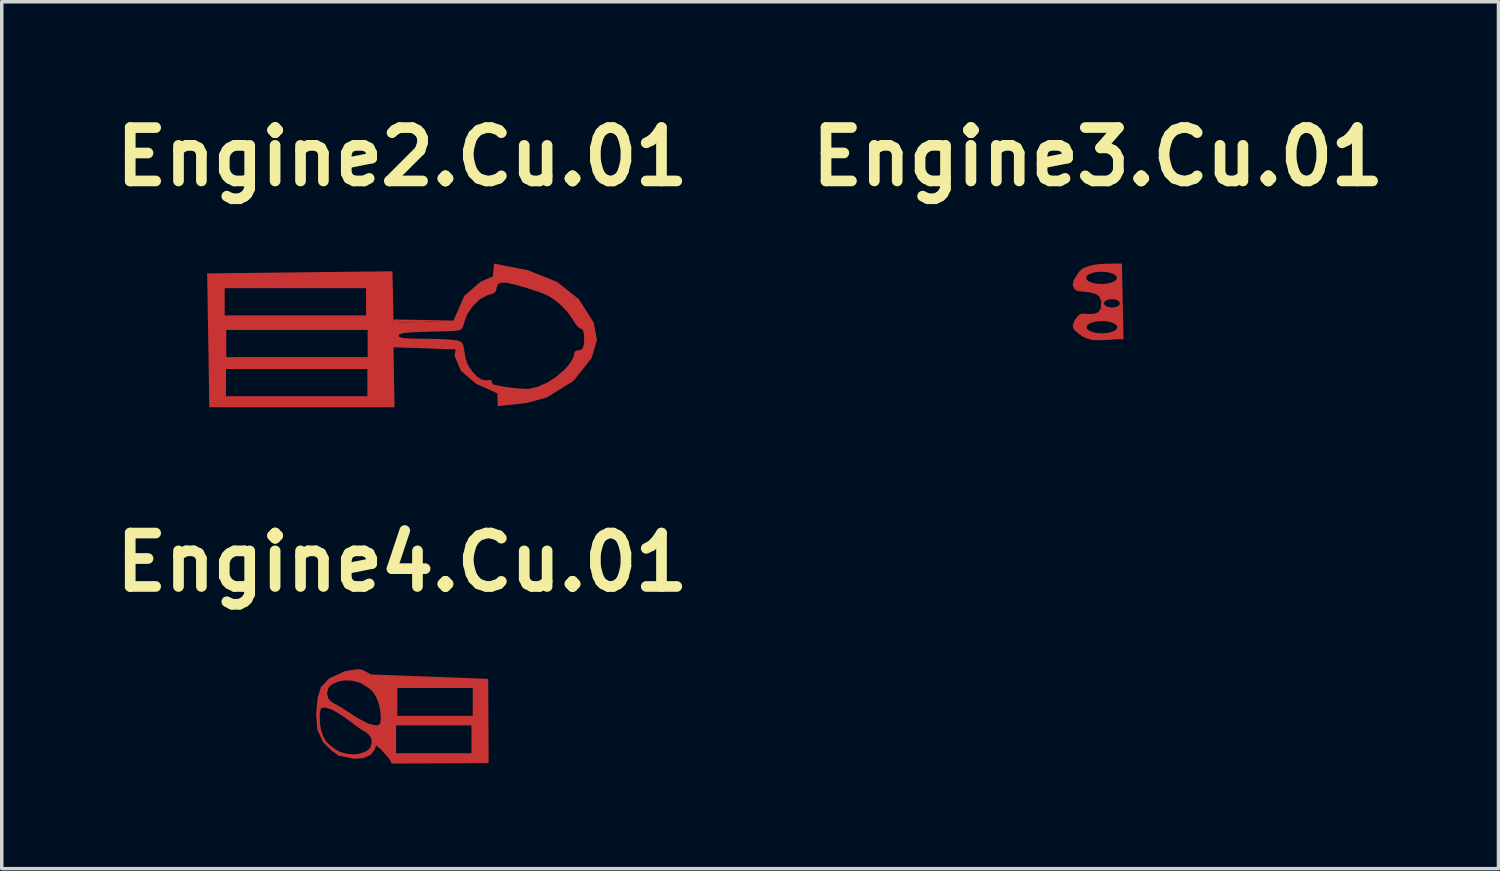
<source format=kicad_pcb>
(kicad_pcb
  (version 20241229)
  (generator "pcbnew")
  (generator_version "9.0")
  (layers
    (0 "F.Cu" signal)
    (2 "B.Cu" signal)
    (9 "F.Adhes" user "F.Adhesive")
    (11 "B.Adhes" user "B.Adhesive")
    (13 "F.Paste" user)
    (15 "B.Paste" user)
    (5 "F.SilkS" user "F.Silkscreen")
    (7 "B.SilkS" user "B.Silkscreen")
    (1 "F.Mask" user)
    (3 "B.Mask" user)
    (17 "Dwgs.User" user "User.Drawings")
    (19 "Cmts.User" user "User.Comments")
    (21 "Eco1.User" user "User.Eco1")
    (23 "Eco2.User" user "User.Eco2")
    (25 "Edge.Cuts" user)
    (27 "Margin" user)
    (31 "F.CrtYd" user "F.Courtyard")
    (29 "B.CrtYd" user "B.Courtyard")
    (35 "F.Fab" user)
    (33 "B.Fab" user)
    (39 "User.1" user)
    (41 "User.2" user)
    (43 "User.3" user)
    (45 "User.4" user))
  (footprint "Engine2.Cu.01"
    (layer "F.Cu")
    (at 8.433 6.526)
    (property "Reference" "Engine2.Cu.01" (at 0 -5.099 0) (layer "F.SilkS") (effects (font (size 1.524 1.524) (thickness 0.305))))
    (attr smd)
    (fp_poly (pts (xy 2.619 -2.051) (xy 2.97 -1.505) (xy 3.214 -1.452) (xy 3.563 -1.352) (xy 3.912 -1.236) (xy 4.159 -1.136) (xy 4.347 -1.016) (xy 4.54 -0.855) (xy 4.713 -0.675) (xy 4.841 -0.499) (xy 4.923 -0.366) (xy 4.994 -0.271) (xy 5.053 -0.213) (xy 5.1 -0.193) (xy 5.141 -0.174) (xy 5.172 -0.118) (xy 5.19 -0.027) (xy 5.196 0.099) (xy 5.187 0.243) (xy 5.16 0.344) (xy 5.115 0.404) (xy 5.052 0.424) (xy 4.989 0.43) (xy 4.945 0.45) (xy 4.918 0.481) (xy 4.909 0.527) (xy 4.888 0.618) (xy 4.829 0.732) (xy 4.74 0.857) (xy 4.626 0.983) (xy 4.385 1.189) (xy 4.127 1.353) (xy 3.861 1.468) (xy 3.6 1.529) (xy 3.271 1.511) (xy 3.008 1.481) (xy 2.795 1.444) (xy 2.614 1.407) (xy 2.591 1.389) (xy 2.573 1.366) (xy 2.561 1.341) (xy 2.556 1.317) (xy 2.552 1.289) (xy 2.537 1.275) (xy 2.505 1.272) (xy 2.451 1.28) (xy 2.348 1.28) (xy 2.246 1.248) (xy 2.145 1.18) (xy 2.04 1.077) (xy 1.936 0.942) (xy 1.86 0.802) (xy 1.809 0.649) (xy 1.779 0.474) (xy 1.749 0.291) (xy 1.687 0.189) (xy 1.563 0.14) (xy 1.343 0.118) (xy 1.189 0.11) (xy 0.988 0.103) (xy 0.765 0.097) (xy 0.548 0.094) (xy 0.231 0.087) (xy 0.035 0.074) (xy -0.068 0.052) (xy -0.105 0.016) (xy -0.084 -0.036) (xy 0.049 -0.07) (xy 0.34 -0.092) (xy 0.831 -0.108) (xy 1.297 -0.119) (xy 1.545 -0.133) (xy 1.654 -0.154) (xy 1.699 -0.191) (xy 1.721 -0.224) (xy 1.74 -0.267) (xy 1.756 -0.315) (xy 1.767 -0.361) (xy 1.852 -0.596) (xy 2.015 -0.835) (xy 2.217 -1.032) (xy 2.419 -1.141) (xy 2.555 -1.182) (xy 2.636 -1.223) (xy 2.679 -1.276) (xy 2.694 -1.349) (xy 2.715 -1.435) (xy 2.763 -1.486) (xy 2.847 -1.508) (xy 2.847 -1.508) (xy 2.97 -1.505) (xy 2.619 -2.051) (xy 2.59 -1.689) (xy 2.228 -1.526) (xy 1.77 -1.128) (xy 1.464 -0.425) (xy -5.022 -0.156) (xy -4.518 -0.156) (xy -4.014 -0.156) (xy -3.509 -0.156) (xy -3.005 -0.156) (xy -2.5 -0.156) (xy -1.996 -0.156) (xy -1.491 -0.156) (xy -0.987 -0.156) (xy -0.987 0.038) (xy -0.987 0.232) (xy -0.987 0.426) (xy -0.987 0.62) (xy -1.491 0.62) (xy -1.996 0.62) (xy -2.5 0.62) (xy -3.005 0.62) (xy -3.509 0.62) (xy -4.014 0.62) (xy -4.518 0.62) (xy -5.022 0.62) (xy -5.022 0.426) (xy -5.022 0.232) (xy -5.022 -0.156) (xy 1.464 -0.425) (xy -0.248 -0.456) (xy -1.033 -1.348) (xy -1.033 -1.154) (xy -1.033 -0.96) (xy -1.033 -0.766) (xy -1.033 -0.572) (xy -1.537 -0.572) (xy -2.041 -0.572) (xy -2.546 -0.572) (xy -3.051 -0.572) (xy -3.555 -0.572) (xy -4.059 -0.572) (xy -4.564 -0.572) (xy -5.069 -0.572) (xy -5.069 -0.766) (xy -5.069 -0.96) (xy -5.069 -1.348) (xy -4.564 -1.348) (xy -4.059 -1.348) (xy -3.555 -1.348) (xy -3.051 -1.348) (xy -2.546 -1.348) (xy -2.041 -1.348) (xy -1.537 -1.348) (xy -1.033 -1.348) (xy -0.248 -0.456) (xy -0.995 0.959) (xy -0.995 1.153) (xy -0.995 1.347) (xy -0.995 1.541) (xy -0.995 1.735) (xy -1.499 1.735) (xy -2.003 1.735) (xy -2.508 1.735) (xy -3.012 1.735) (xy -3.517 1.735) (xy -4.021 1.735) (xy -4.526 1.735) (xy -5.03 1.735) (xy -5.03 1.541) (xy -5.03 1.347) (xy -5.03 0.959) (xy -4.526 0.959) (xy -4.021 0.959) (xy -3.517 0.959) (xy -3.012 0.959) (xy -2.508 0.959) (xy -2.003 0.959) (xy -1.499 0.959) (xy -0.995 0.959) (xy -0.248 -0.456) (xy -0.256 -0.799) (xy -0.264 -1.143) (xy -0.271 -1.487) (xy -0.279 -1.831) (xy -0.94 -1.824) (xy -1.602 -1.816) (xy -2.262 -1.809) (xy -2.924 -1.801) (xy -3.585 -1.793) (xy -4.246 -1.786) (xy -4.907 -1.778) (xy -5.569 -1.77) (xy -5.561 -1.293) (xy -5.553 -0.815) (xy -5.546 -0.337) (xy -5.538 0.14) (xy -5.53 0.618) (xy -5.522 1.096) (xy -5.515 1.573) (xy -5.508 2.051) (xy -4.846 2.051) (xy -4.185 2.051) (xy -3.524 2.051) (xy -2.863 2.051) (xy -2.201 2.051) (xy -1.54 2.051) (xy -0.879 2.051) (xy -0.218 2.051) (xy -0.226 1.624) (xy -0.234 1.195) (xy -0.241 0.767) (xy -0.248 0.339) (xy 1.525 0.4) (xy 1.494 0.584) (xy 1.678 1.012) (xy 2.106 1.379) (xy 2.717 1.654) (xy 2.726 2.019) (xy 3.525 1.934) (xy 4.123 1.776) (xy 4.895 1.294) (xy 5.408 0.645) (xy 5.56 0.125) (xy 5.469 -0.364) (xy 5.041 -1.037) (xy 4.425 -1.525) (xy 3.601 -1.859) (xy 2.618 -2.051) (xy 2.619 -2.051)) (stroke (width 0) (type solid)) (fill yes) (layer "F.Cu")))
  (footprint "Engine3.Cu.01"
    (layer "F.Cu")
    (at 28.298 5.569)
    (property "Reference" "Engine3.Cu.01" (at 0 -4.143 0) (layer "F.SilkS") (effects (font (size 1.524 1.524) (thickness 0.305))))
    (attr smd)
    (fp_poly (pts (xy 0.48 -1.095) (xy 0.099 -0.86) (xy 0.187 -0.857) (xy 0.27 -0.847) (xy 0.344 -0.831) (xy 0.409 -0.81) (xy 0.463 -0.784) (xy 0.503 -0.754) (xy 0.529 -0.721) (xy 0.538 -0.686) (xy 0.529 -0.651) (xy 0.503 -0.618) (xy 0.463 -0.589) (xy 0.409 -0.563) (xy 0.344 -0.542) (xy 0.27 -0.526) (xy 0.187 -0.516) (xy 0.099 -0.512) (xy 0.011 -0.516) (xy -0.072 -0.526) (xy -0.147 -0.542) (xy -0.212 -0.563) (xy -0.265 -0.589) (xy -0.305 -0.618) (xy -0.331 -0.651) (xy -0.34 -0.686) (xy -0.331 -0.721) (xy -0.305 -0.754) (xy -0.265 -0.784) (xy -0.212 -0.81) (xy -0.147 -0.831) (xy -0.072 -0.847) (xy 0.011 -0.857) (xy 0.099 -0.86) (xy 0.48 -1.095) (xy 0.352 -1.093) (xy 0.215 -1.09) (xy 0.078 -1.082) (xy -0.046 -1.07) (xy -0.145 -1.053) (xy -0.248 -1.027) (xy -0.353 -0.993) (xy -0.449 -0.946) (xy -0.524 -0.879) (xy 0.187 -0.005) (xy 0.236 -0.043) (xy 0.308 -0.068) (xy 0.396 -0.078) (xy 0.485 -0.068) (xy 0.557 -0.043) (xy 0.606 -0.005) (xy 0.624 0.041) (xy 0.606 0.087) (xy 0.557 0.125) (xy 0.485 0.151) (xy 0.396 0.16) (xy 0.308 0.151) (xy 0.236 0.125) (xy 0.187 0.087) (xy 0.169 0.041) (xy 0.187 -0.005) (xy -0.524 -0.879) (xy -0.618 -0.75) (xy -0.696 -0.614) (xy -0.724 -0.481) (xy -0.67 -0.359) (xy -0.594 -0.315) (xy -0.492 -0.298) (xy -0.385 -0.29) (xy -0.29 -0.277) (xy -0.182 -0.257) (xy -0.066 -0.227) (xy 0.034 -0.155) (xy 0.355 0.578) (xy 0.42 0.599) (xy 0.474 0.625) (xy 0.514 0.655) (xy 0.54 0.687) (xy 0.549 0.723) (xy 0.54 0.758) (xy 0.514 0.791) (xy 0.474 0.82) (xy 0.42 0.846) (xy 0.355 0.867) (xy 0.281 0.883) (xy 0.198 0.893) (xy 0.11 0.897) (xy 0.022 0.893) (xy -0.061 0.883) (xy -0.136 0.867) (xy -0.201 0.846) (xy -0.254 0.82) (xy -0.294 0.791) (xy -0.32 0.758) (xy -0.329 0.723) (xy -0.32 0.687) (xy -0.294 0.655) (xy -0.254 0.625) (xy -0.201 0.599) (xy -0.136 0.578) (xy -0.061 0.562) (xy 0.022 0.552) (xy 0.11 0.549) (xy 0.198 0.552) (xy 0.281 0.562) (xy 0.355 0.578) (xy 0.034 -0.155) (xy 0.094 -0.009) (xy 0.077 0.189) (xy 0.01 0.294) (xy -0.1 0.336) (xy -0.244 0.345) (xy -0.417 0.333) (xy -0.517 0.352) (xy -0.589 0.416) (xy -0.678 0.54) (xy -0.726 0.679) (xy -0.698 0.776) (xy -0.609 0.863) (xy -0.477 0.966) (xy -0.413 1.004) (xy -0.336 1.037) (xy -0.256 1.064) (xy -0.183 1.084) (xy -0.085 1.093) (xy 0.029 1.094) (xy 0.152 1.091) (xy 0.279 1.084) (xy 0.405 1.077) (xy 0.526 1.069) (xy 0.636 1.065) (xy 0.729 1.065) (xy 0.725 0.93) (xy 0.723 0.795) (xy 0.72 0.66) (xy 0.717 0.525) (xy 0.714 0.39) (xy 0.711 0.256) (xy 0.708 0.121) (xy 0.706 -0.014) (xy 0.703 -0.149) (xy 0.7 -0.284) (xy 0.697 -0.418) (xy 0.694 -0.553) (xy 0.691 -0.688) (xy 0.689 -0.823) (xy 0.686 -0.958) (xy 0.682 -1.092) (xy 0.657 -1.093) (xy 0.585 -1.094) (xy 0.48 -1.095)) (stroke (width 0) (type solid)) (fill yes) (layer "F.Cu")))
  (footprint "Engine4.Cu.01"
    (layer "F.Cu")
    (at 8.433 17.401)
    (property "Reference" "Engine4.Cu.01" (at 0 -4.397 0) (layer "F.SilkS") (effects (font (size 1.524 1.524) (thickness 0.305))))
    (attr smd)
    (fp_poly (pts (xy -1.267 -1.346) (xy -1.654 -1.024) (xy -1.454 -1.019) (xy -1.258 -0.978) (xy -1.145 -0.925) (xy -1.039 -0.858) (xy -0.934 -0.789) (xy -0.841 -0.705) (xy -0.746 -0.557) (xy -0.68 -0.393) (xy -0.639 -0.229) (xy -0.619 -0.059) (xy -0.611 0.068) (xy -0.627 0.192) (xy -0.64 0.221) (xy -0.663 0.242) (xy -0.719 0.256) (xy -0.779 0.252) (xy -0.84 0.239) (xy -0.9 0.226) (xy -0.925 0.219) (xy -0.949 0.212) (xy -0.973 0.203) (xy -0.996 0.192) (xy -1.189 0.093) (xy -1.375 -0.019) (xy -1.558 -0.137) (xy -1.74 -0.256) (xy -1.844 -0.314) (xy -1.952 -0.369) (xy -2.048 -0.435) (xy -2.118 -0.523) (xy -2.145 -0.669) (xy -2.105 -0.815) (xy -2.017 -0.902) (xy -1.902 -0.961) (xy -1.781 -1.004) (xy -1.654 -1.024) (xy -1.654 -1.024) (xy -1.267 -1.346) (xy -0.139 -0.808) (xy 0.13 -0.808) (xy 0.399 -0.808) (xy 0.668 -0.808) (xy 0.937 -0.808) (xy 1.206 -0.808) (xy 1.475 -0.808) (xy 1.744 -0.808) (xy 2.013 -0.808) (xy 2.013 -0.709) (xy 2.013 -0.61) (xy 2.013 -0.511) (xy 2.013 -0.411) (xy 2.013 -0.312) (xy 2.013 -0.213) (xy 2.013 -0.114) (xy 2.013 -0.015) (xy 1.744 -0.015) (xy 1.475 -0.015) (xy 1.206 -0.015) (xy 0.937 -0.015) (xy 0.668 -0.015) (xy 0.399 -0.015) (xy 0.13 -0.015) (xy -0.139 -0.015) (xy -0.139 -0.114) (xy -0.139 -0.213) (xy -0.139 -0.312) (xy -0.139 -0.411) (xy -0.139 -0.511) (xy -0.139 -0.61) (xy -0.139 -0.709) (xy -0.139 -0.808) (xy -1.267 -1.346) (xy -0.175 0.259) (xy 0.094 0.259) (xy 0.363 0.259) (xy 0.632 0.259) (xy 0.901 0.259) (xy 1.17 0.259) (xy 1.439 0.259) (xy 1.708 0.259) (xy 1.977 0.259) (xy 1.977 0.358) (xy 1.977 0.457) (xy 1.977 0.556) (xy 1.977 0.656) (xy 1.977 0.755) (xy 1.977 0.854) (xy 1.977 0.953) (xy 1.977 1.052) (xy 1.708 1.052) (xy 1.439 1.052) (xy 1.17 1.052) (xy 0.901 1.052) (xy 0.632 1.052) (xy 0.363 1.052) (xy 0.094 1.052) (xy -0.175 1.052) (xy -0.175 0.953) (xy -0.175 0.854) (xy -0.175 0.755) (xy -0.175 0.656) (xy -0.175 0.556) (xy -0.175 0.457) (xy -0.175 0.358) (xy -0.175 0.259) (xy -1.267 -1.346) (xy -1.623 -1.295) (xy -2.085 -1.083) (xy -2.235 -0.25) (xy -2.175 -0.243) (xy -2.056 -0.209) (xy -2.032 -0.201) (xy -2.008 -0.192) (xy -1.985 -0.181) (xy -1.962 -0.17) (xy -1.776 -0.058) (xy -1.597 0.065) (xy -1.422 0.194) (xy -1.248 0.325) (xy -1.148 0.389) (xy -1.044 0.451) (xy -0.952 0.522) (xy -0.888 0.615) (xy -0.87 0.763) (xy -0.919 0.905) (xy -1.012 0.987) (xy -1.131 1.039) (xy -1.254 1.073) (xy -1.382 1.086) (xy -1.581 1.069) (xy -1.774 1.015) (xy -1.884 0.956) (xy -1.986 0.882) (xy -2.086 0.806) (xy -2.174 0.717) (xy -2.259 0.563) (xy -2.315 0.395) (xy -2.345 0.228) (xy -2.354 0.058) (xy -2.355 -0.07) (xy -2.331 -0.193) (xy -2.316 -0.221) (xy -2.292 -0.24) (xy -2.235 -0.25) (xy -2.235 -0.25) (xy -2.085 -1.083) (xy -2.322 -0.834) (xy -2.415 -0.528) (xy -2.459 -0.07) (xy -2.421 0.389) (xy -2.259 0.738) (xy -2.022 0.975) (xy -1.81 1.125) (xy -1.374 1.212) (xy -1.106 1.193) (xy -0.899 1.099) (xy -0.775 0.937) (xy -0.75 0.825) (xy -0.6 0.95) (xy -0.363 1.225) (xy -0.301 1.349) (xy 0.045 1.347) (xy 0.391 1.346) (xy 0.738 1.344) (xy 1.084 1.342) (xy 1.429 1.341) (xy 1.776 1.338) (xy 2.122 1.337) (xy 2.468 1.335) (xy 2.466 1.034) (xy 2.465 0.734) (xy 2.463 0.433) (xy 2.462 0.132) (xy 2.46 -0.169) (xy 2.458 -0.47) (xy 2.457 -0.771) (xy 2.456 -1.071) (xy 2.247 -1.079) (xy 2.038 -1.086) (xy 1.829 -1.094) (xy 1.62 -1.102) (xy 1.411 -1.11) (xy 1.202 -1.118) (xy 0.993 -1.126) (xy 0.784 -1.133) (xy 0.575 -1.141) (xy 0.366 -1.149) (xy 0.157 -1.156) (xy -0.052 -1.165) (xy -0.261 -1.172) (xy -0.47 -1.18) (xy -0.678 -1.188) (xy -0.887 -1.196) (xy -1.149 -1.333) (xy -1.267 -1.346) (xy -1.267 -1.346)) (stroke (width 0) (type solid)) (fill yes) (layer "F.Cu")))
  (gr_rect
    (start -3 -3)
    (end 39.731 21.75)
    (stroke (width 0.1) (type default))
    (fill no)
    (layer "Edge.Cuts")))
</source>
